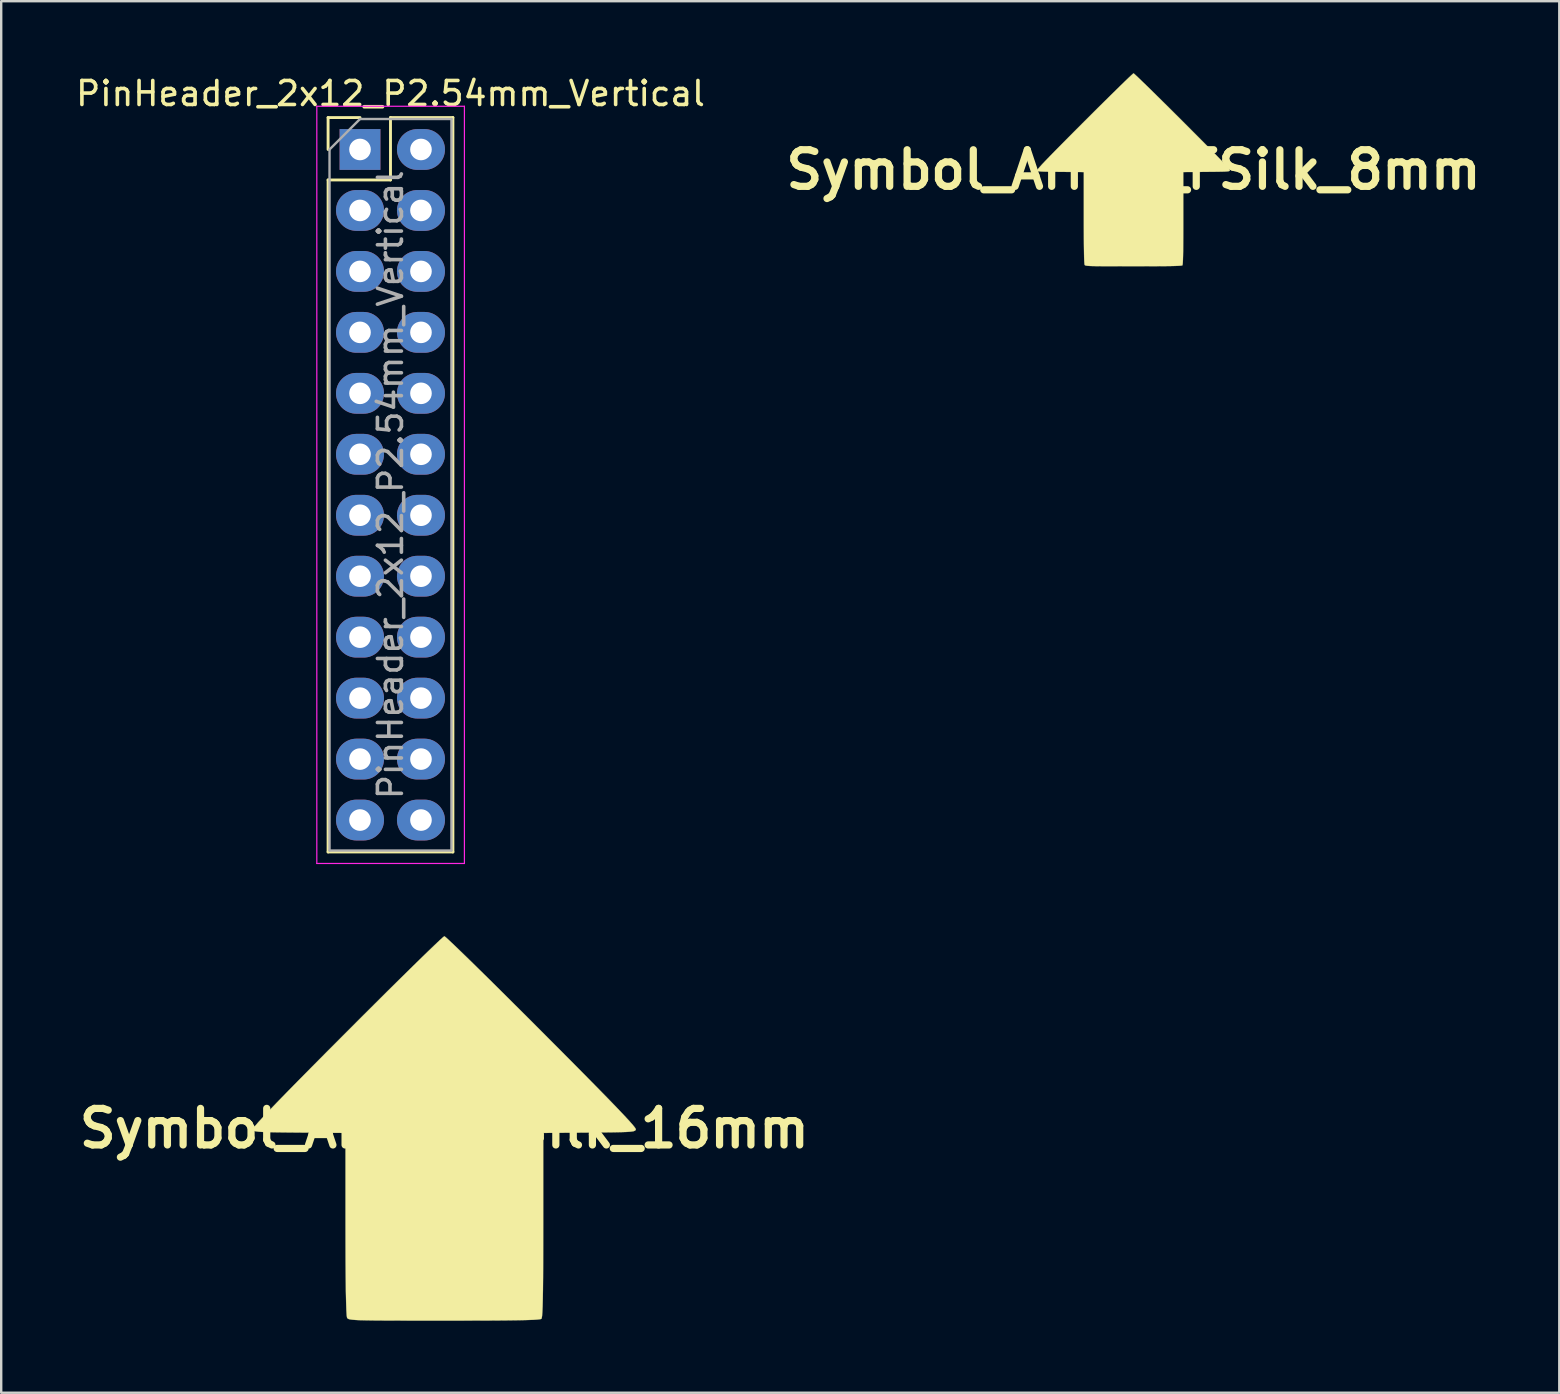
<source format=kicad_pcb>
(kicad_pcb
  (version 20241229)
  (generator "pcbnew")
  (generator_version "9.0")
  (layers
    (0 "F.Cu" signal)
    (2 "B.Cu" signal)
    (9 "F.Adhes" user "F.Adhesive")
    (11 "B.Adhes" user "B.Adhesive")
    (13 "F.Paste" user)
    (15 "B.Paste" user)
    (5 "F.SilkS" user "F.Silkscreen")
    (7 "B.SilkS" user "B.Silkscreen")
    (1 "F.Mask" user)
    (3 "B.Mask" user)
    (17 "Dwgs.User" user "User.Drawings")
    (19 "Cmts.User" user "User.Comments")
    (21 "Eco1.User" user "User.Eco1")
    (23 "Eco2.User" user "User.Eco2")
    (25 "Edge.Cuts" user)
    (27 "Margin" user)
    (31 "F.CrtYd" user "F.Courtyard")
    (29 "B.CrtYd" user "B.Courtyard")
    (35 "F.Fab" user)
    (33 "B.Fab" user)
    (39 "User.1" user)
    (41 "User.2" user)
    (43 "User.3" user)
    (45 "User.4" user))
  (footprint "Symbol_Arrow_FSilk_8mm"
    (layer "F.Cu")
    (at 44.18 4.024)
    (property "Reference" "Symbol_Arrow_FSilk_8mm" (at 0 0 0) (layer "F.SilkS") (effects (font (size 1.524 1.524) (thickness 0.3))))
    (attr through_hole)
    (fp_poly (pts (xy 0.029 -3.997) (xy 0.098 -3.934) (xy 0.206 -3.833) (xy 0.348 -3.696) (xy 0.522 -3.528) (xy 0.724 -3.331) (xy 0.95 -3.108) (xy 1.198 -2.863) (xy 1.465 -2.599) (xy 1.747 -2.318) (xy 2.036 -2.03) (xy 2.405 -1.66) (xy 2.731 -1.333) (xy 3.016 -1.046) (xy 3.261 -0.797) (xy 3.468 -0.586) (xy 3.639 -0.409) (xy 3.775 -0.265) (xy 3.879 -0.152) (xy 3.953 -0.069) (xy 3.997 -0.014) (xy 4.014 0.016) (xy 4.014 0.019) (xy 4.008 0.036) (xy 3.993 0.049) (xy 3.962 0.06) (xy 3.908 0.068) (xy 3.826 0.074) (xy 3.708 0.078) (xy 3.548 0.081) (xy 3.34 0.084) (xy 3.076 0.086) (xy 3.037 0.087) (xy 2.072 0.095) (xy 2.072 2.019) (xy 2.072 2.44) (xy 2.071 2.802) (xy 2.069 3.108) (xy 2.067 3.362) (xy 2.063 3.567) (xy 2.059 3.726) (xy 2.054 3.844) (xy 2.048 3.924) (xy 2.04 3.969) (xy 2.035 3.981) (xy 2.011 3.989) (xy 1.955 3.996) (xy 1.863 4.002) (xy 1.733 4.007) (xy 1.56 4.011) (xy 1.34 4.014) (xy 1.072 4.016) (xy 0.75 4.018) (xy 0.372 4.019) (xy -0.005 4.019) (xy -0.409 4.019) (xy -0.755 4.018) (xy -1.047 4.018) (xy -1.29 4.017) (xy -1.489 4.015) (xy -1.648 4.013) (xy -1.772 4.01) (xy -1.865 4.005) (xy -1.933 4) (xy -1.979 3.993) (xy -2.009 3.985) (xy -2.026 3.975) (xy -2.036 3.964) (xy -2.04 3.958) (xy -2.047 3.911) (xy -2.054 3.803) (xy -2.06 3.632) (xy -2.064 3.401) (xy -2.068 3.11) (xy -2.07 2.76) (xy -2.072 2.35) (xy -2.072 1.996) (xy -2.072 0.095) (xy -3.037 0.087) (xy -3.309 0.084) (xy -3.524 0.082) (xy -3.69 0.078) (xy -3.813 0.074) (xy -3.9 0.068) (xy -3.956 0.061) (xy -3.99 0.051) (xy -4.006 0.038) (xy -4.013 0.021) (xy -4.014 0.019) (xy -4.003 -0.005) (xy -3.965 -0.054) (xy -3.899 -0.13) (xy -3.803 -0.236) (xy -3.674 -0.372) (xy -3.511 -0.541) (xy -3.312 -0.745) (xy -3.076 -0.984) (xy -2.801 -1.262) (xy -2.485 -1.58) (xy -2.126 -1.94) (xy -2.036 -2.03) (xy -1.742 -2.323) (xy -1.461 -2.603) (xy -1.194 -2.867) (xy -0.946 -3.112) (xy -0.72 -3.334) (xy -0.519 -3.531) (xy -0.346 -3.699) (xy -0.204 -3.835) (xy -0.097 -3.935) (xy -0.028 -3.998) (xy 0 -4.019) (xy 0.029 -3.997)) (stroke (width 0.01) (type solid)) (fill yes) (layer "F.SilkS")))
  (footprint "PinHeader_2x12_P2.54mm_Vertical"
    (layer "F.Cu")
    (at 11.95 3.178)
    (property "Reference" "PinHeader_2x12_P2.54mm_Vertical" (at 1.27 -2.33 0) (layer "F.SilkS") (effects (font (size 1 1) (thickness 0.15))))
    (attr through_hole)
    (fp_line (start -1.33 -1.33) (end 0 -1.33) (stroke (width 0.12) (type solid)) (layer "F.SilkS"))
    (fp_line (start -1.33 0) (end -1.33 -1.33) (stroke (width 0.12) (type solid)) (layer "F.SilkS"))
    (fp_line (start -1.33 1.27) (end -1.33 29.27) (stroke (width 0.12) (type solid)) (layer "F.SilkS"))
    (fp_line (start -1.33 1.27) (end 1.27 1.27) (stroke (width 0.12) (type solid)) (layer "F.SilkS"))
    (fp_line (start -1.33 29.27) (end 3.87 29.27) (stroke (width 0.12) (type solid)) (layer "F.SilkS"))
    (fp_line (start 1.27 -1.33) (end 3.87 -1.33) (stroke (width 0.12) (type solid)) (layer "F.SilkS"))
    (fp_line (start 1.27 1.27) (end 1.27 -1.33) (stroke (width 0.12) (type solid)) (layer "F.SilkS"))
    (fp_line (start 3.87 -1.33) (end 3.87 29.27) (stroke (width 0.12) (type solid)) (layer "F.SilkS"))
    (fp_line (start -1.8 -1.8) (end -1.8 29.75) (stroke (width 0.05) (type solid)) (layer "F.CrtYd"))
    (fp_line (start -1.8 29.75) (end 4.35 29.75) (stroke (width 0.05) (type solid)) (layer "F.CrtYd"))
    (fp_line (start 4.35 -1.8) (end -1.8 -1.8) (stroke (width 0.05) (type solid)) (layer "F.CrtYd"))
    (fp_line (start 4.35 29.75) (end 4.35 -1.8) (stroke (width 0.05) (type solid)) (layer "F.CrtYd"))
    (fp_line (start -1.27 0) (end 0 -1.27) (stroke (width 0.1) (type solid)) (layer "F.Fab"))
    (fp_line (start -1.27 29.21) (end -1.27 0) (stroke (width 0.1) (type solid)) (layer "F.Fab"))
    (fp_line (start 0 -1.27) (end 3.81 -1.27) (stroke (width 0.1) (type solid)) (layer "F.Fab"))
    (fp_line (start 3.81 -1.27) (end 3.81 29.21) (stroke (width 0.1) (type solid)) (layer "F.Fab"))
    (fp_line (start 3.81 29.21) (end -1.27 29.21) (stroke (width 0.1) (type solid)) (layer "F.Fab"))
    (fp_text user "${REFERENCE}" (at 1.27 13.97 90) (layer "F.Fab") (effects (font (size 1 1) (thickness 0.15))))
    (pad "1" thru_hole rect (at 0 0) (size 1.7 1.7) (drill 0.9) (layers "*.Cu" "*.Mask"))
    (pad "2" thru_hole oval (at 2.54 0) (size 2 1.7) (drill oval 0.9) (layers "*.Cu" "*.Mask"))
    (pad "3" thru_hole oval (at 0 2.54) (size 2 1.7) (drill oval 0.9) (layers "*.Cu" "*.Mask"))
    (pad "4" thru_hole oval (at 2.54 2.54) (size 2 1.7) (drill oval 0.9) (layers "*.Cu" "*.Mask"))
    (pad "5" thru_hole oval (at 0 5.08) (size 2 1.7) (drill oval 0.9) (layers "*.Cu" "*.Mask"))
    (pad "6" thru_hole oval (at 2.54 5.08) (size 2 1.7) (drill oval 0.9) (layers "*.Cu" "*.Mask"))
    (pad "7" thru_hole oval (at 0 7.62) (size 2 1.7) (drill oval 0.9) (layers "*.Cu" "*.Mask"))
    (pad "8" thru_hole oval (at 2.54 7.62) (size 2 1.7) (drill oval 0.9) (layers "*.Cu" "*.Mask"))
    (pad "9" thru_hole oval (at 0 10.16) (size 2 1.7) (drill oval 0.9) (layers "*.Cu" "*.Mask"))
    (pad "10" thru_hole oval (at 2.54 10.16) (size 2 1.7) (drill oval 0.9) (layers "*.Cu" "*.Mask"))
    (pad "11" thru_hole oval (at 0 12.7) (size 2 1.7) (drill oval 0.9) (layers "*.Cu" "*.Mask"))
    (pad "12" thru_hole oval (at 2.54 12.7) (size 2 1.7) (drill oval 0.9) (layers "*.Cu" "*.Mask"))
    (pad "13" thru_hole oval (at 0 15.24) (size 2 1.7) (drill oval 0.9) (layers "*.Cu" "*.Mask"))
    (pad "14" thru_hole oval (at 2.54 15.24) (size 2 1.7) (drill oval 0.9) (layers "*.Cu" "*.Mask"))
    (pad "15" thru_hole oval (at 0 17.78) (size 2 1.7) (drill oval 0.9) (layers "*.Cu" "*.Mask"))
    (pad "16" thru_hole oval (at 2.54 17.78) (size 2 1.7) (drill oval 0.9) (layers "*.Cu" "*.Mask"))
    (pad "17" thru_hole oval (at 0 20.32) (size 2 1.7) (drill oval 0.9) (layers "*.Cu" "*.Mask"))
    (pad "18" thru_hole oval (at 2.54 20.32) (size 2 1.7) (drill oval 0.9) (layers "*.Cu" "*.Mask"))
    (pad "19" thru_hole oval (at 0 22.86) (size 2 1.7) (drill oval 0.9) (layers "*.Cu" "*.Mask"))
    (pad "20" thru_hole oval (at 2.54 22.86) (size 2 1.7) (drill oval 0.9) (layers "*.Cu" "*.Mask"))
    (pad "21" thru_hole oval (at 0 25.4) (size 2 1.7) (drill oval 0.9) (layers "*.Cu" "*.Mask"))
    (pad "22" thru_hole oval (at 2.54 25.4) (size 2 1.7) (drill oval 0.9) (layers "*.Cu" "*.Mask"))
    (pad "23" thru_hole oval (at 0 27.94) (size 2 1.7) (drill oval 0.9) (layers "*.Cu" "*.Mask"))
    (pad "24" thru_hole oval (at 2.54 27.94) (size 2 1.7) (drill oval 0.9) (layers "*.Cu" "*.Mask")))
  (footprint "Symbol_Arrow_FSilk_16mm"
    (layer "F.Cu")
    (at 15.465 43.966)
    (property "Reference" "Symbol_Arrow_FSilk_16mm" (at 0 0 0) (layer "F.SilkS") (effects (font (size 1.524 1.524) (thickness 0.3))))
    (attr through_hole)
    (fp_poly (pts (xy 0.057 -7.965) (xy 0.196 -7.839) (xy 0.41 -7.637) (xy 0.692 -7.365) (xy 1.037 -7.03) (xy 1.438 -6.637) (xy 1.889 -6.194) (xy 2.382 -5.705) (xy 2.912 -5.178) (xy 3.473 -4.619) (xy 4.047 -4.044) (xy 4.781 -3.308) (xy 5.429 -2.656) (xy 5.994 -2.084) (xy 6.481 -1.589) (xy 6.893 -1.167) (xy 7.233 -0.814) (xy 7.504 -0.528) (xy 7.711 -0.304) (xy 7.857 -0.138) (xy 7.944 -0.028) (xy 7.978 0.031) (xy 7.978 0.038) (xy 7.966 0.071) (xy 7.936 0.098) (xy 7.875 0.119) (xy 7.769 0.135) (xy 7.605 0.147) (xy 7.371 0.155) (xy 7.053 0.162) (xy 6.638 0.167) (xy 6.113 0.172) (xy 6.037 0.173) (xy 4.119 0.189) (xy 4.119 4.024) (xy 4.118 4.863) (xy 4.116 5.584) (xy 4.113 6.193) (xy 4.108 6.699) (xy 4.101 7.107) (xy 4.093 7.425) (xy 4.082 7.66) (xy 4.07 7.819) (xy 4.055 7.908) (xy 4.044 7.933) (xy 3.997 7.949) (xy 3.886 7.963) (xy 3.704 7.975) (xy 3.444 7.984) (xy 3.1 7.992) (xy 2.664 7.998) (xy 2.13 8.003) (xy 1.491 8.006) (xy 0.739 8.007) (xy -0.01 8.008) (xy -0.813 8.008) (xy -1.5 8.007) (xy -2.081 8.006) (xy -2.564 8.004) (xy -2.96 8.001) (xy -3.276 7.996) (xy -3.522 7.99) (xy -3.708 7.981) (xy -3.842 7.97) (xy -3.934 7.957) (xy -3.993 7.94) (xy -4.028 7.921) (xy -4.048 7.898) (xy -4.054 7.887) (xy -4.07 7.794) (xy -4.083 7.577) (xy -4.094 7.238) (xy -4.104 6.777) (xy -4.111 6.197) (xy -4.116 5.499) (xy -4.118 4.683) (xy -4.119 3.978) (xy -4.119 0.189) (xy -6.037 0.173) (xy -6.577 0.168) (xy -7.005 0.163) (xy -7.335 0.156) (xy -7.579 0.148) (xy -7.751 0.136) (xy -7.864 0.121) (xy -7.93 0.101) (xy -7.964 0.075) (xy -7.977 0.043) (xy -7.978 0.038) (xy -7.957 -0.01) (xy -7.882 -0.108) (xy -7.751 -0.26) (xy -7.558 -0.47) (xy -7.302 -0.742) (xy -6.978 -1.079) (xy -6.584 -1.484) (xy -6.115 -1.962) (xy -5.568 -2.515) (xy -4.94 -3.149) (xy -4.226 -3.865) (xy -4.047 -4.044) (xy -3.463 -4.629) (xy -2.903 -5.187) (xy -2.374 -5.714) (xy -1.881 -6.201) (xy -1.431 -6.644) (xy -1.031 -7.036) (xy -0.687 -7.37) (xy -0.405 -7.641) (xy -0.193 -7.842) (xy -0.055 -7.966) (xy 0 -8.008) (xy 0.057 -7.965)) (stroke (width 0.01) (type solid)) (fill yes) (layer "F.SilkS")))
  (gr_rect
    (start -3 -3)
    (end 61.919 54.979)
    (stroke (width 0.1) (type default))
    (fill no)
    (layer "Edge.Cuts")))
</source>
